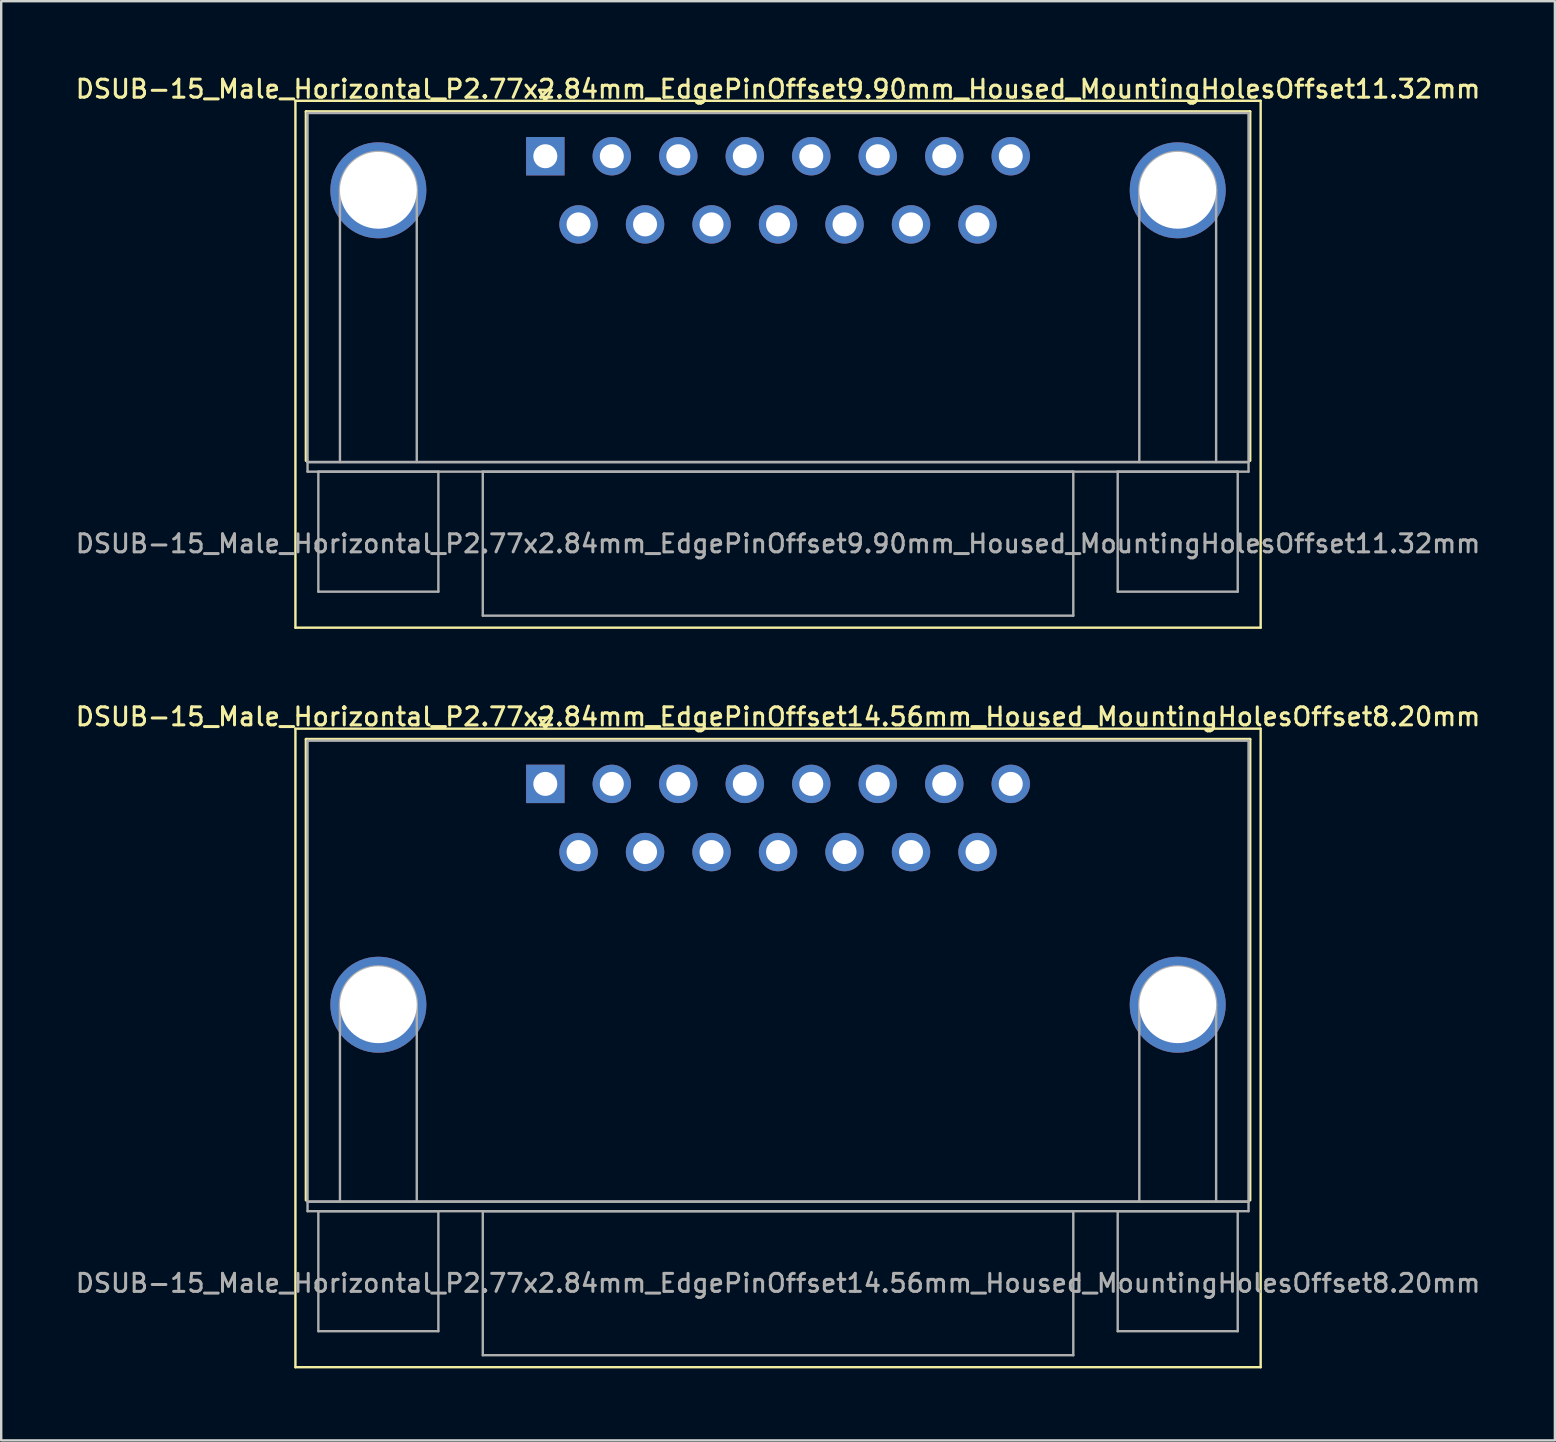
<source format=kicad_pcb>
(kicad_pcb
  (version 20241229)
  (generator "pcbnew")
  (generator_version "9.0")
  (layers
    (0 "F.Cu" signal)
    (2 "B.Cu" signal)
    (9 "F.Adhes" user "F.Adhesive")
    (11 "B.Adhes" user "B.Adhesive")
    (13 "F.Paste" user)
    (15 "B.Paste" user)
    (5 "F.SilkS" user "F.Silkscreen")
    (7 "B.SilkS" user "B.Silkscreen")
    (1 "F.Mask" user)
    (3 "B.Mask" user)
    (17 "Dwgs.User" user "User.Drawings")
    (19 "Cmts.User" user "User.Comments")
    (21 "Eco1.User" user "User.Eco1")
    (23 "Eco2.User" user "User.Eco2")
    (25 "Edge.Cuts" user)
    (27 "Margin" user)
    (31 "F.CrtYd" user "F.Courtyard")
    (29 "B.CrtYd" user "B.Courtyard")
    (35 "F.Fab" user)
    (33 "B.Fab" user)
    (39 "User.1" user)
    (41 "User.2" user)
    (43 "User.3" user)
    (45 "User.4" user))
  (footprint "DSUB-15_Male_Horizontal_P2.77x2.84mm_EdgePinOffset9.90mm_Housed_MountingHolesOffset11.32mm"
    (layer "F.Cu")
    (at 19.667 3.458)
    (property "Reference" "DSUB-15_Male_Horizontal_P2.77x2.84mm_EdgePinOffset9.90mm_Housed_MountingHolesOffset11.32mm" (at 9.695 -2.8 0) (layer "F.SilkS") (effects (font (size 0.75 0.75) (thickness 0.125))))
    (attr through_hole)
    (fp_line (start -10.41 -2.31) (end -10.41 19.64) (stroke (width 0.1) (type solid)) (layer "F.SilkS"))
    (fp_line (start -10.41 19.64) (end 29.8 19.64) (stroke (width 0.1) (type solid)) (layer "F.SilkS"))
    (fp_line (start -9.965 -1.86) (end 29.355 -1.86) (stroke (width 0.12) (type solid)) (layer "F.SilkS"))
    (fp_line (start -9.965 12.68) (end -9.965 -1.86) (stroke (width 0.12) (type solid)) (layer "F.SilkS"))
    (fp_line (start -0.25 -2.754) (end 0.25 -2.754) (stroke (width 0.12) (type solid)) (layer "F.SilkS"))
    (fp_line (start 0 -2.321) (end -0.25 -2.754) (stroke (width 0.12) (type solid)) (layer "F.SilkS"))
    (fp_line (start 0.25 -2.754) (end 0 -2.321) (stroke (width 0.12) (type solid)) (layer "F.SilkS"))
    (fp_line (start 29.355 -1.86) (end 29.355 12.68) (stroke (width 0.12) (type solid)) (layer "F.SilkS"))
    (fp_line (start 29.8 -2.31) (end -10.41 -2.31) (stroke (width 0.1) (type solid)) (layer "F.SilkS"))
    (fp_line (start 29.8 19.64) (end 29.8 -2.31) (stroke (width 0.1) (type solid)) (layer "F.SilkS"))
    (fp_line (start -9.905 -1.8) (end -9.905 12.74) (stroke (width 0.1) (type solid)) (layer "F.Fab"))
    (fp_line (start -9.905 12.74) (end -9.905 13.14) (stroke (width 0.1) (type solid)) (layer "F.Fab"))
    (fp_line (start -9.905 12.74) (end 29.295 12.74) (stroke (width 0.1) (type solid)) (layer "F.Fab"))
    (fp_line (start -9.905 13.14) (end 29.295 13.14) (stroke (width 0.1) (type solid)) (layer "F.Fab"))
    (fp_line (start -9.455 13.14) (end -9.455 18.14) (stroke (width 0.1) (type solid)) (layer "F.Fab"))
    (fp_line (start -9.455 18.14) (end -4.455 18.14) (stroke (width 0.1) (type solid)) (layer "F.Fab"))
    (fp_line (start -8.555 12.74) (end -8.555 1.42) (stroke (width 0.1) (type solid)) (layer "F.Fab"))
    (fp_line (start -5.355 12.74) (end -5.355 1.42) (stroke (width 0.1) (type solid)) (layer "F.Fab"))
    (fp_line (start -4.455 13.14) (end -9.455 13.14) (stroke (width 0.1) (type solid)) (layer "F.Fab"))
    (fp_line (start -4.455 18.14) (end -4.455 13.14) (stroke (width 0.1) (type solid)) (layer "F.Fab"))
    (fp_line (start -2.605 13.14) (end -2.605 19.14) (stroke (width 0.1) (type solid)) (layer "F.Fab"))
    (fp_line (start -2.605 19.14) (end 21.995 19.14) (stroke (width 0.1) (type solid)) (layer "F.Fab"))
    (fp_line (start 21.995 13.14) (end -2.605 13.14) (stroke (width 0.1) (type solid)) (layer "F.Fab"))
    (fp_line (start 21.995 19.14) (end 21.995 13.14) (stroke (width 0.1) (type solid)) (layer "F.Fab"))
    (fp_line (start 23.845 13.14) (end 23.845 18.14) (stroke (width 0.1) (type solid)) (layer "F.Fab"))
    (fp_line (start 23.845 18.14) (end 28.845 18.14) (stroke (width 0.1) (type solid)) (layer "F.Fab"))
    (fp_line (start 24.745 12.74) (end 24.745 1.42) (stroke (width 0.1) (type solid)) (layer "F.Fab"))
    (fp_line (start 27.945 12.74) (end 27.945 1.42) (stroke (width 0.1) (type solid)) (layer "F.Fab"))
    (fp_line (start 28.845 13.14) (end 23.845 13.14) (stroke (width 0.1) (type solid)) (layer "F.Fab"))
    (fp_line (start 28.845 18.14) (end 28.845 13.14) (stroke (width 0.1) (type solid)) (layer "F.Fab"))
    (fp_line (start 29.295 -1.8) (end -9.905 -1.8) (stroke (width 0.1) (type solid)) (layer "F.Fab"))
    (fp_line (start 29.295 12.74) (end -9.905 12.74) (stroke (width 0.1) (type solid)) (layer "F.Fab"))
    (fp_line (start 29.295 12.74) (end 29.295 -1.8) (stroke (width 0.1) (type solid)) (layer "F.Fab"))
    (fp_line (start 29.295 13.14) (end 29.295 12.74) (stroke (width 0.1) (type solid)) (layer "F.Fab"))
    (fp_arc (start -8.555 1.42) (mid -6.955 -0.18) (end -5.355 1.42) (stroke (width 0.1) (type solid)) (layer "F.Fab"))
    (fp_arc (start 24.745 1.42) (mid 26.345 -0.18) (end 27.945 1.42) (stroke (width 0.1) (type solid)) (layer "F.Fab"))
    (fp_text user "${REFERENCE}" (at 9.695 16.14 0) (layer "F.Fab") (effects (font (size 0.75 0.75) (thickness 0.125))))
    (pad "0" thru_hole circle (at -6.955 1.42) (size 4 4) (drill 3.2) (layers "*.Cu" "*.Mask"))
    (pad "0" thru_hole circle (at 26.345 1.42) (size 4 4) (drill 3.2) (layers "*.Cu" "*.Mask"))
    (pad "1" thru_hole rect (at 0 0) (size 1.6 1.6) (drill 1) (layers "*.Cu" "*.Mask"))
    (pad "2" thru_hole circle (at 2.77 0) (size 1.6 1.6) (drill 1) (layers "*.Cu" "*.Mask"))
    (pad "3" thru_hole circle (at 5.54 0) (size 1.6 1.6) (drill 1) (layers "*.Cu" "*.Mask"))
    (pad "4" thru_hole circle (at 8.31 0) (size 1.6 1.6) (drill 1) (layers "*.Cu" "*.Mask"))
    (pad "5" thru_hole circle (at 11.08 0) (size 1.6 1.6) (drill 1) (layers "*.Cu" "*.Mask"))
    (pad "6" thru_hole circle (at 13.85 0) (size 1.6 1.6) (drill 1) (layers "*.Cu" "*.Mask"))
    (pad "7" thru_hole circle (at 16.62 0) (size 1.6 1.6) (drill 1) (layers "*.Cu" "*.Mask"))
    (pad "8" thru_hole circle (at 19.39 0) (size 1.6 1.6) (drill 1) (layers "*.Cu" "*.Mask"))
    (pad "9" thru_hole circle (at 1.385 2.84) (size 1.6 1.6) (drill 1) (layers "*.Cu" "*.Mask"))
    (pad "10" thru_hole circle (at 4.155 2.84) (size 1.6 1.6) (drill 1) (layers "*.Cu" "*.Mask"))
    (pad "11" thru_hole circle (at 6.925 2.84) (size 1.6 1.6) (drill 1) (layers "*.Cu" "*.Mask"))
    (pad "12" thru_hole circle (at 9.695 2.84) (size 1.6 1.6) (drill 1) (layers "*.Cu" "*.Mask"))
    (pad "13" thru_hole circle (at 12.465 2.84) (size 1.6 1.6) (drill 1) (layers "*.Cu" "*.Mask"))
    (pad "14" thru_hole circle (at 15.235 2.84) (size 1.6 1.6) (drill 1) (layers "*.Cu" "*.Mask"))
    (pad "15" thru_hole circle (at 18.005 2.84) (size 1.6 1.6) (drill 1) (layers "*.Cu" "*.Mask")))
  (footprint "DSUB-15_Male_Horizontal_P2.77x2.84mm_EdgePinOffset14.56mm_Housed_MountingHolesOffset8.20mm"
    (layer "F.Cu")
    (at 19.667 29.606)
    (property "Reference" "DSUB-15_Male_Horizontal_P2.77x2.84mm_EdgePinOffset14.56mm_Housed_MountingHolesOffset8.20mm" (at 9.695 -2.8 0) (layer "F.SilkS") (effects (font (size 0.75 0.75) (thickness 0.125))))
    (attr through_hole)
    (fp_line (start -10.41 -2.3) (end -10.41 24.3) (stroke (width 0.1) (type solid)) (layer "F.SilkS"))
    (fp_line (start -10.41 24.3) (end 29.8 24.3) (stroke (width 0.1) (type solid)) (layer "F.SilkS"))
    (fp_line (start -9.965 -1.86) (end 29.355 -1.86) (stroke (width 0.12) (type solid)) (layer "F.SilkS"))
    (fp_line (start -9.965 17.34) (end -9.965 -1.86) (stroke (width 0.12) (type solid)) (layer "F.SilkS"))
    (fp_line (start -0.25 -2.754) (end 0.25 -2.754) (stroke (width 0.12) (type solid)) (layer "F.SilkS"))
    (fp_line (start 0 -2.321) (end -0.25 -2.754) (stroke (width 0.12) (type solid)) (layer "F.SilkS"))
    (fp_line (start 0.25 -2.754) (end 0 -2.321) (stroke (width 0.12) (type solid)) (layer "F.SilkS"))
    (fp_line (start 29.355 -1.86) (end 29.355 17.34) (stroke (width 0.12) (type solid)) (layer "F.SilkS"))
    (fp_line (start 29.8 -2.3) (end -10.41 -2.3) (stroke (width 0.1) (type solid)) (layer "F.SilkS"))
    (fp_line (start 29.8 24.3) (end 29.8 -2.3) (stroke (width 0.1) (type solid)) (layer "F.SilkS"))
    (fp_line (start -9.905 -1.8) (end -9.905 17.4) (stroke (width 0.1) (type solid)) (layer "F.Fab"))
    (fp_line (start -9.905 17.4) (end -9.905 17.8) (stroke (width 0.1) (type solid)) (layer "F.Fab"))
    (fp_line (start -9.905 17.4) (end 29.295 17.4) (stroke (width 0.1) (type solid)) (layer "F.Fab"))
    (fp_line (start -9.905 17.8) (end 29.295 17.8) (stroke (width 0.1) (type solid)) (layer "F.Fab"))
    (fp_line (start -9.455 17.8) (end -9.455 22.8) (stroke (width 0.1) (type solid)) (layer "F.Fab"))
    (fp_line (start -9.455 22.8) (end -4.455 22.8) (stroke (width 0.1) (type solid)) (layer "F.Fab"))
    (fp_line (start -8.555 17.4) (end -8.555 9.2) (stroke (width 0.1) (type solid)) (layer "F.Fab"))
    (fp_line (start -5.355 17.4) (end -5.355 9.2) (stroke (width 0.1) (type solid)) (layer "F.Fab"))
    (fp_line (start -4.455 17.8) (end -9.455 17.8) (stroke (width 0.1) (type solid)) (layer "F.Fab"))
    (fp_line (start -4.455 22.8) (end -4.455 17.8) (stroke (width 0.1) (type solid)) (layer "F.Fab"))
    (fp_line (start -2.605 17.8) (end -2.605 23.8) (stroke (width 0.1) (type solid)) (layer "F.Fab"))
    (fp_line (start -2.605 23.8) (end 21.995 23.8) (stroke (width 0.1) (type solid)) (layer "F.Fab"))
    (fp_line (start 21.995 17.8) (end -2.605 17.8) (stroke (width 0.1) (type solid)) (layer "F.Fab"))
    (fp_line (start 21.995 23.8) (end 21.995 17.8) (stroke (width 0.1) (type solid)) (layer "F.Fab"))
    (fp_line (start 23.845 17.8) (end 23.845 22.8) (stroke (width 0.1) (type solid)) (layer "F.Fab"))
    (fp_line (start 23.845 22.8) (end 28.845 22.8) (stroke (width 0.1) (type solid)) (layer "F.Fab"))
    (fp_line (start 24.745 17.4) (end 24.745 9.2) (stroke (width 0.1) (type solid)) (layer "F.Fab"))
    (fp_line (start 27.945 17.4) (end 27.945 9.2) (stroke (width 0.1) (type solid)) (layer "F.Fab"))
    (fp_line (start 28.845 17.8) (end 23.845 17.8) (stroke (width 0.1) (type solid)) (layer "F.Fab"))
    (fp_line (start 28.845 22.8) (end 28.845 17.8) (stroke (width 0.1) (type solid)) (layer "F.Fab"))
    (fp_line (start 29.295 -1.8) (end -9.905 -1.8) (stroke (width 0.1) (type solid)) (layer "F.Fab"))
    (fp_line (start 29.295 17.4) (end -9.905 17.4) (stroke (width 0.1) (type solid)) (layer "F.Fab"))
    (fp_line (start 29.295 17.4) (end 29.295 -1.8) (stroke (width 0.1) (type solid)) (layer "F.Fab"))
    (fp_line (start 29.295 17.8) (end 29.295 17.4) (stroke (width 0.1) (type solid)) (layer "F.Fab"))
    (fp_arc (start -8.555 9.2) (mid -6.955 7.6) (end -5.355 9.2) (stroke (width 0.1) (type solid)) (layer "F.Fab"))
    (fp_arc (start 24.745 9.2) (mid 26.345 7.6) (end 27.945 9.2) (stroke (width 0.1) (type solid)) (layer "F.Fab"))
    (fp_text user "${REFERENCE}" (at 9.695 20.8 0) (layer "F.Fab") (effects (font (size 0.75 0.75) (thickness 0.125))))
    (pad "0" thru_hole circle (at -6.955 9.2) (size 4 4) (drill 3.2) (layers "*.Cu" "*.Mask"))
    (pad "0" thru_hole circle (at 26.345 9.2) (size 4 4) (drill 3.2) (layers "*.Cu" "*.Mask"))
    (pad "1" thru_hole rect (at 0 0) (size 1.6 1.6) (drill 1) (layers "*.Cu" "*.Mask"))
    (pad "2" thru_hole circle (at 2.77 0) (size 1.6 1.6) (drill 1) (layers "*.Cu" "*.Mask"))
    (pad "3" thru_hole circle (at 5.54 0) (size 1.6 1.6) (drill 1) (layers "*.Cu" "*.Mask"))
    (pad "4" thru_hole circle (at 8.31 0) (size 1.6 1.6) (drill 1) (layers "*.Cu" "*.Mask"))
    (pad "5" thru_hole circle (at 11.08 0) (size 1.6 1.6) (drill 1) (layers "*.Cu" "*.Mask"))
    (pad "6" thru_hole circle (at 13.85 0) (size 1.6 1.6) (drill 1) (layers "*.Cu" "*.Mask"))
    (pad "7" thru_hole circle (at 16.62 0) (size 1.6 1.6) (drill 1) (layers "*.Cu" "*.Mask"))
    (pad "8" thru_hole circle (at 19.39 0) (size 1.6 1.6) (drill 1) (layers "*.Cu" "*.Mask"))
    (pad "9" thru_hole circle (at 1.385 2.84) (size 1.6 1.6) (drill 1) (layers "*.Cu" "*.Mask"))
    (pad "10" thru_hole circle (at 4.155 2.84) (size 1.6 1.6) (drill 1) (layers "*.Cu" "*.Mask"))
    (pad "11" thru_hole circle (at 6.925 2.84) (size 1.6 1.6) (drill 1) (layers "*.Cu" "*.Mask"))
    (pad "12" thru_hole circle (at 9.695 2.84) (size 1.6 1.6) (drill 1) (layers "*.Cu" "*.Mask"))
    (pad "13" thru_hole circle (at 12.465 2.84) (size 1.6 1.6) (drill 1) (layers "*.Cu" "*.Mask"))
    (pad "14" thru_hole circle (at 15.235 2.84) (size 1.6 1.6) (drill 1) (layers "*.Cu" "*.Mask"))
    (pad "15" thru_hole circle (at 18.005 2.84) (size 1.6 1.6) (drill 1) (layers "*.Cu" "*.Mask")))
  (gr_rect
    (start -3 -3)
    (end 61.725 56.956)
    (stroke (width 0.1) (type default))
    (fill no)
    (layer "Edge.Cuts")))
</source>
